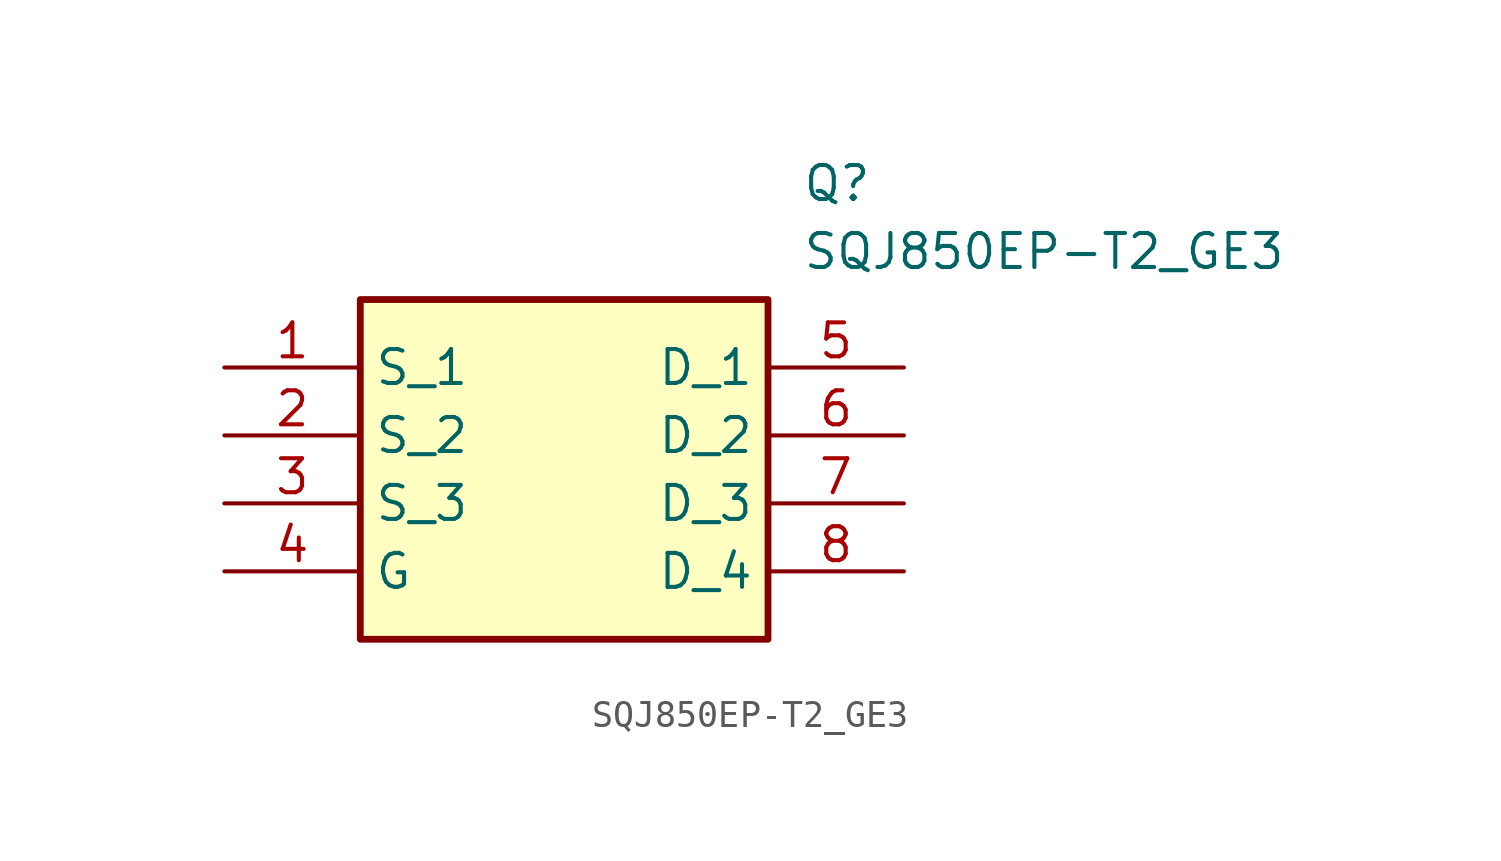
<source format=kicad_sym>
(kicad_symbol_lib
  (version 20211014)
  (generator SamacSys_ECAD_Model)
  (symbol "SQJ850EP-T2_GE3"
    (property "Reference" "Q"
      (at 21.59 7.62 0)
      (effects (font (size 1.27 1.27)) (justify left top)))
    (property "Value" "SQJ850EP-T2_GE3"
      (at 21.59 5.08 0)
      (effects (font (size 1.27 1.27)) (justify left top)))
    (rectangle
      (start 5.08 2.54)
      (end 20.32 -10.16)
      (stroke (width 0.254) (type default))
      (fill (type background)))
    (pin passive line
      (at 0 0 0)
      (length 5.08)
      (name "S_1" (effects (font (size 1.27 1.27))))
      (number "1" (effects (font (size 1.27 1.27)))))
    (pin passive line
      (at 0 -2.54 0)
      (length 5.08)
      (name "S_2" (effects (font (size 1.27 1.27))))
      (number "2" (effects (font (size 1.27 1.27)))))
    (pin passive line
      (at 0 -5.08 0)
      (length 5.08)
      (name "S_3" (effects (font (size 1.27 1.27))))
      (number "3" (effects (font (size 1.27 1.27)))))
    (pin passive line
      (at 0 -7.62 0)
      (length 5.08)
      (name "G" (effects (font (size 1.27 1.27))))
      (number "4" (effects (font (size 1.27 1.27)))))
    (pin passive line
      (at 25.4 0 180)
      (length 5.08)
      (name "D_1" (effects (font (size 1.27 1.27))))
      (number "5" (effects (font (size 1.27 1.27)))))
    (pin passive line
      (at 25.4 -2.54 180)
      (length 5.08)
      (name "D_2" (effects (font (size 1.27 1.27))))
      (number "6" (effects (font (size 1.27 1.27)))))
    (pin passive line
      (at 25.4 -5.08 180)
      (length 5.08)
      (name "D_3" (effects (font (size 1.27 1.27))))
      (number "7" (effects (font (size 1.27 1.27)))))
    (pin passive line
      (at 25.4 -7.62 180)
      (length 5.08)
      (name "D_4" (effects (font (size 1.27 1.27))))
      (number "8" (effects (font (size 1.27 1.27)))))))
</source>
